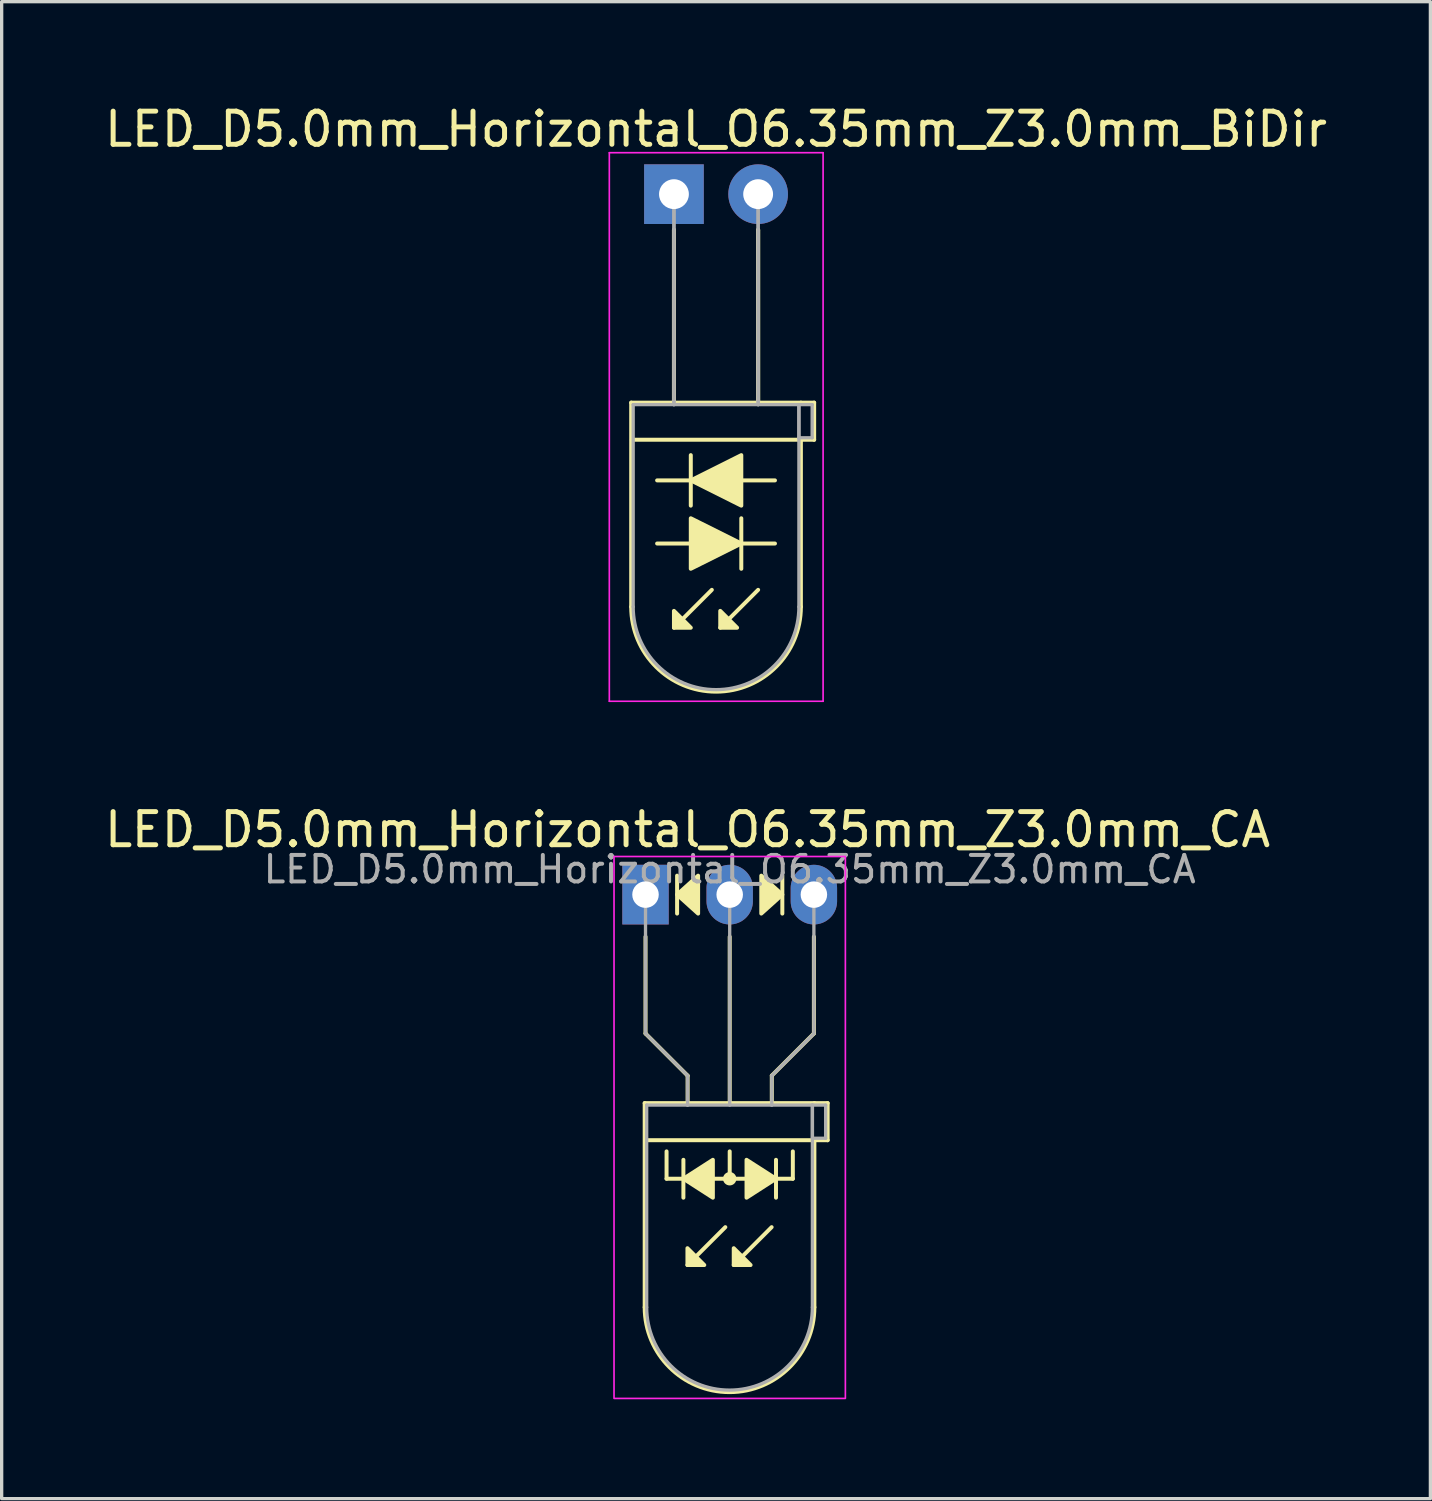
<source format=kicad_pcb>
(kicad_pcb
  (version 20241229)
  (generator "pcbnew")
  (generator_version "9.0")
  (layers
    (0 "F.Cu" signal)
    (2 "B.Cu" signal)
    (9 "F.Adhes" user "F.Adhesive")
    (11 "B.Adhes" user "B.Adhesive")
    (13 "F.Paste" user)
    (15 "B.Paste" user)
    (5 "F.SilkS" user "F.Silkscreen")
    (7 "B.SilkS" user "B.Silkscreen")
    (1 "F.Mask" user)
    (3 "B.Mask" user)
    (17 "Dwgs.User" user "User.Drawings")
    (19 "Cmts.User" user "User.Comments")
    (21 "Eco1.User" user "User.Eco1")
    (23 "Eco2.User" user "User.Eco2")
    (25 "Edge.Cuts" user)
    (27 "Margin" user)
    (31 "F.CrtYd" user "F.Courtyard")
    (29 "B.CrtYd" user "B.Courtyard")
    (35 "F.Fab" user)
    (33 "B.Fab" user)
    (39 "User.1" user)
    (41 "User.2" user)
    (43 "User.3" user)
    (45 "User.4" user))
  (footprint "LED_D5.0mm_Horizontal_O6.35mm_Z3.0mm_BiDir"
    (layer "F.Cu")
    (at 17.284 2.808)
    (property "Reference" "LED_D5.0mm_Horizontal_O6.35mm_Z3.0mm_BiDir" (at 1.27 -1.96 0) (layer "F.SilkS") (effects (font (size 1 1) (thickness 0.15))))
    (fp_line (start -1.29 6.29) (end -1.29 12.45) (stroke (width 0.12) (type solid)) (layer "F.SilkS"))
    (fp_line (start -1.29 6.29) (end 3.83 6.29) (stroke (width 0.12) (type solid)) (layer "F.SilkS"))
    (fp_line (start -0.508 10.541) (end 0.508 10.541) (stroke (width 0.12) (type solid)) (layer "F.SilkS"))
    (fp_line (start 0 1.08) (end 0 1.08) (stroke (width 0.12) (type solid)) (layer "F.SilkS"))
    (fp_line (start 0 1.08) (end 0 6.29) (stroke (width 0.12) (type solid)) (layer "F.SilkS"))
    (fp_line (start 0 6.29) (end 0 1.08) (stroke (width 0.12) (type solid)) (layer "F.SilkS"))
    (fp_line (start 0 6.29) (end 0 6.29) (stroke (width 0.12) (type solid)) (layer "F.SilkS"))
    (fp_line (start 0.508 7.874) (end 0.508 9.398) (stroke (width 0.12) (type solid)) (layer "F.SilkS"))
    (fp_line (start 0.508 8.636) (end -0.508 8.636) (stroke (width 0.12) (type solid)) (layer "F.SilkS"))
    (fp_line (start 1.143 11.938) (end 0 13.081) (stroke (width 0.12) (type solid)) (layer "F.SilkS"))
    (fp_line (start 2.032 10.541) (end 3.048 10.541) (stroke (width 0.12) (type solid)) (layer "F.SilkS"))
    (fp_line (start 2.032 11.303) (end 2.032 9.779) (stroke (width 0.12) (type solid)) (layer "F.SilkS"))
    (fp_line (start 2.54 1.08) (end 2.54 1.08) (stroke (width 0.12) (type solid)) (layer "F.SilkS"))
    (fp_line (start 2.54 1.08) (end 2.54 6.29) (stroke (width 0.12) (type solid)) (layer "F.SilkS"))
    (fp_line (start 2.54 6.29) (end 2.54 1.08) (stroke (width 0.12) (type solid)) (layer "F.SilkS"))
    (fp_line (start 2.54 6.29) (end 2.54 6.29) (stroke (width 0.12) (type solid)) (layer "F.SilkS"))
    (fp_line (start 2.54 11.938) (end 1.397 13.081) (stroke (width 0.12) (type solid)) (layer "F.SilkS"))
    (fp_line (start 3.048 8.636) (end 2.032 8.636) (stroke (width 0.12) (type solid)) (layer "F.SilkS"))
    (fp_line (start 3.83 6.29) (end 4.23 6.29) (stroke (width 0.12) (type solid)) (layer "F.SilkS"))
    (fp_line (start 3.83 7.41) (end 3.83 12.45) (stroke (width 0.12) (type solid)) (layer "F.SilkS"))
    (fp_line (start 4.23 6.29) (end 4.23 7.41) (stroke (width 0.12) (type solid)) (layer "F.SilkS"))
    (fp_line (start 4.23 7.41) (end -1.27 7.41) (stroke (width 0.12) (type solid)) (layer "F.SilkS"))
    (fp_arc (start 3.83 12.45) (mid 1.27 15.01) (end -1.29 12.45) (stroke (width 0.12) (type solid)) (layer "F.SilkS"))
    (fp_poly (pts (xy 0 12.573) (xy 0.508 13.081) (xy 0 13.081)) (stroke (width 0.12) (type solid)) (fill yes) (layer "F.SilkS"))
    (fp_poly (pts (xy 0.508 9.779) (xy 2.032 10.541) (xy 0.508 11.303)) (stroke (width 0.12) (type solid)) (fill yes) (layer "F.SilkS"))
    (fp_poly (pts (xy 1.397 12.573) (xy 1.905 13.081) (xy 1.397 13.081)) (stroke (width 0.12) (type solid)) (fill yes) (layer "F.SilkS"))
    (fp_poly (pts (xy 2.032 9.398) (xy 0.508 8.636) (xy 2.032 7.874)) (stroke (width 0.12) (type solid)) (fill yes) (layer "F.SilkS"))
    (fp_line (start -1.95 -1.25) (end -1.95 15.3) (stroke (width 0.05) (type solid)) (layer "F.CrtYd"))
    (fp_line (start -1.95 15.3) (end 4.5 15.3) (stroke (width 0.05) (type solid)) (layer "F.CrtYd"))
    (fp_line (start 4.5 -1.25) (end -1.95 -1.25) (stroke (width 0.05) (type solid)) (layer "F.CrtYd"))
    (fp_line (start 4.5 15.3) (end 4.5 -1.25) (stroke (width 0.05) (type solid)) (layer "F.CrtYd"))
    (fp_line (start -1.23 6.35) (end -1.23 12.45) (stroke (width 0.1) (type solid)) (layer "F.Fab"))
    (fp_line (start -1.23 6.35) (end 3.77 6.35) (stroke (width 0.1) (type solid)) (layer "F.Fab"))
    (fp_line (start 0 0) (end 0 0) (stroke (width 0.1) (type solid)) (layer "F.Fab"))
    (fp_line (start 0 0) (end 0 6.35) (stroke (width 0.1) (type solid)) (layer "F.Fab"))
    (fp_line (start 0 6.35) (end 0 0) (stroke (width 0.1) (type solid)) (layer "F.Fab"))
    (fp_line (start 0 6.35) (end 0 6.35) (stroke (width 0.1) (type solid)) (layer "F.Fab"))
    (fp_line (start 2.54 0) (end 2.54 0) (stroke (width 0.1) (type solid)) (layer "F.Fab"))
    (fp_line (start 2.54 0) (end 2.54 6.35) (stroke (width 0.1) (type solid)) (layer "F.Fab"))
    (fp_line (start 2.54 6.35) (end 2.54 0) (stroke (width 0.1) (type solid)) (layer "F.Fab"))
    (fp_line (start 2.54 6.35) (end 2.54 6.35) (stroke (width 0.1) (type solid)) (layer "F.Fab"))
    (fp_line (start 3.77 6.35) (end 3.77 12.45) (stroke (width 0.1) (type solid)) (layer "F.Fab"))
    (fp_line (start 3.77 6.35) (end 4.17 6.35) (stroke (width 0.1) (type solid)) (layer "F.Fab"))
    (fp_line (start 3.77 7.35) (end 3.77 6.35) (stroke (width 0.1) (type solid)) (layer "F.Fab"))
    (fp_line (start 4.17 6.35) (end 4.17 7.35) (stroke (width 0.1) (type solid)) (layer "F.Fab"))
    (fp_line (start 4.17 7.35) (end 3.77 7.35) (stroke (width 0.1) (type solid)) (layer "F.Fab"))
    (fp_arc (start 3.77 12.45) (mid 1.27 14.95) (end -1.23 12.45) (stroke (width 0.1) (type solid)) (layer "F.Fab"))
    (pad "1" thru_hole rect (at 0 0) (size 1.8 1.8) (drill 0.9) (layers "*.Cu" "*.Mask"))
    (pad "2" thru_hole circle (at 2.54 0) (size 1.8 1.8) (drill 0.9) (layers "*.Cu" "*.Mask")))
  (footprint "LED_D5.0mm_Horizontal_O6.35mm_Z3.0mm_CA"
    (layer "F.Cu")
    (at 16.426 23.942)
    (property "Reference" "LED_D5.0mm_Horizontal_O6.35mm_Z3.0mm_CA" (at 1.27 -1.96 0) (layer "F.SilkS") (effects (font (size 1 1) (thickness 0.15))))
    (fp_line (start -0.025 6.29) (end -0.025 12.45) (stroke (width 0.12) (type solid)) (layer "F.SilkS"))
    (fp_line (start -0.025 6.29) (end 5.095 6.29) (stroke (width 0.12) (type solid)) (layer "F.SilkS"))
    (fp_line (start 0 1.27) (end 0 4.191) (stroke (width 0.12) (type default)) (layer "F.SilkS"))
    (fp_line (start 0 4.191) (end 1.27 5.461) (stroke (width 0.12) (type default)) (layer "F.SilkS"))
    (fp_line (start 0.635 8.572) (end 0.635 7.747) (stroke (width 0.12) (type default)) (layer "F.SilkS"))
    (fp_line (start 0.635 8.572) (end 4.445 8.572) (stroke (width 0.12) (type default)) (layer "F.SilkS"))
    (fp_line (start 0.953 -0.572) (end 0.953 0.572) (stroke (width 0.12) (type solid)) (layer "F.SilkS"))
    (fp_line (start 1.143 8.001) (end 1.143 9.144) (stroke (width 0.12) (type solid)) (layer "F.SilkS"))
    (fp_line (start 1.265 6.29) (end 1.265 6.29) (stroke (width 0.12) (type solid)) (layer "F.SilkS"))
    (fp_line (start 1.27 5.461) (end 1.27 6.29) (stroke (width 0.12) (type default)) (layer "F.SilkS"))
    (fp_line (start 2.408 10.033) (end 1.265 11.176) (stroke (width 0.12) (type solid)) (layer "F.SilkS"))
    (fp_line (start 2.54 6.29) (end 2.54 1.27) (stroke (width 0.12) (type default)) (layer "F.SilkS"))
    (fp_line (start 2.54 8.572) (end 2.54 7.747) (stroke (width 0.12) (type default)) (layer "F.SilkS"))
    (fp_line (start 3.805 6.29) (end 3.805 6.29) (stroke (width 0.12) (type solid)) (layer "F.SilkS"))
    (fp_line (start 3.805 10.033) (end 2.662 11.176) (stroke (width 0.12) (type solid)) (layer "F.SilkS"))
    (fp_line (start 3.81 5.461) (end 3.81 6.29) (stroke (width 0.12) (type default)) (layer "F.SilkS"))
    (fp_line (start 3.937 9.144) (end 3.937 8.001) (stroke (width 0.12) (type solid)) (layer "F.SilkS"))
    (fp_line (start 4.128 0.572) (end 4.128 -0.572) (stroke (width 0.12) (type solid)) (layer "F.SilkS"))
    (fp_line (start 4.445 8.572) (end 4.445 7.747) (stroke (width 0.12) (type default)) (layer "F.SilkS"))
    (fp_line (start 5.08 1.27) (end 5.08 4.191) (stroke (width 0.12) (type default)) (layer "F.SilkS"))
    (fp_line (start 5.08 4.191) (end 3.81 5.461) (stroke (width 0.12) (type default)) (layer "F.SilkS"))
    (fp_line (start 5.095 6.29) (end 5.495 6.29) (stroke (width 0.12) (type solid)) (layer "F.SilkS"))
    (fp_line (start 5.095 7.41) (end 5.095 12.45) (stroke (width 0.12) (type solid)) (layer "F.SilkS"))
    (fp_line (start 5.495 6.29) (end 5.495 7.41) (stroke (width 0.12) (type solid)) (layer "F.SilkS"))
    (fp_line (start 5.495 7.41) (end -0.005 7.41) (stroke (width 0.12) (type solid)) (layer "F.SilkS"))
    (fp_arc (start 5.095 12.45) (mid 2.535 15.01) (end -0.025 12.45) (stroke (width 0.12) (type solid)) (layer "F.SilkS"))
    (fp_circle (center 2.54 8.572) (end 2.682 8.572) (stroke (width 0.12) (type solid)) (fill yes) (layer "F.SilkS"))
    (fp_poly (pts (xy 1.265 10.668) (xy 1.773 11.176) (xy 1.265 11.176)) (stroke (width 0.12) (type solid)) (fill yes) (layer "F.SilkS"))
    (fp_poly (pts (xy 1.587 0.572) (xy 0.953 0) (xy 1.587 -0.572)) (stroke (width 0.12) (type solid)) (fill yes) (layer "F.SilkS"))
    (fp_poly (pts (xy 2.032 9.144) (xy 1.143 8.572) (xy 2.032 8.001)) (stroke (width 0.12) (type solid)) (fill yes) (layer "F.SilkS"))
    (fp_poly (pts (xy 2.662 10.668) (xy 3.17 11.176) (xy 2.662 11.176)) (stroke (width 0.12) (type solid)) (fill yes) (layer "F.SilkS"))
    (fp_poly (pts (xy 3.048 8.001) (xy 3.937 8.572) (xy 3.048 9.144)) (stroke (width 0.12) (type solid)) (fill yes) (layer "F.SilkS"))
    (fp_poly (pts (xy 3.493 -0.572) (xy 4.128 0) (xy 3.493 0.572)) (stroke (width 0.12) (type solid)) (fill yes) (layer "F.SilkS"))
    (fp_rect (start -0.95 -1.15) (end 6.03 15.2) (stroke (width 0.05) (type default)) (fill no) (layer "F.CrtYd"))
    (fp_line (start 0 0) (end 0 0) (stroke (width 0.1) (type solid)) (layer "F.Fab"))
    (fp_line (start 0 4.191) (end 0 0) (stroke (width 0.1) (type default)) (layer "F.Fab"))
    (fp_line (start 0.035 6.35) (end 0.035 12.45) (stroke (width 0.1) (type solid)) (layer "F.Fab"))
    (fp_line (start 0.035 6.35) (end 5.035 6.35) (stroke (width 0.1) (type solid)) (layer "F.Fab"))
    (fp_line (start 1.265 6.35) (end 1.265 6.35) (stroke (width 0.1) (type solid)) (layer "F.Fab"))
    (fp_line (start 1.27 5.461) (end 0 4.191) (stroke (width 0.1) (type default)) (layer "F.Fab"))
    (fp_line (start 1.27 5.461) (end 1.27 6.35) (stroke (width 0.1) (type default)) (layer "F.Fab"))
    (fp_line (start 2.54 0) (end 2.54 0) (stroke (width 0.1) (type solid)) (layer "F.Fab"))
    (fp_line (start 2.54 0) (end 2.54 6.35) (stroke (width 0.1) (type default)) (layer "F.Fab"))
    (fp_line (start 3.805 6.35) (end 3.805 6.35) (stroke (width 0.1) (type solid)) (layer "F.Fab"))
    (fp_line (start 3.81 5.461) (end 3.81 6.35) (stroke (width 0.1) (type default)) (layer "F.Fab"))
    (fp_line (start 3.81 5.461) (end 5.08 4.191) (stroke (width 0.1) (type default)) (layer "F.Fab"))
    (fp_line (start 5.035 6.35) (end 5.035 12.45) (stroke (width 0.1) (type solid)) (layer "F.Fab"))
    (fp_line (start 5.035 6.35) (end 5.435 6.35) (stroke (width 0.1) (type solid)) (layer "F.Fab"))
    (fp_line (start 5.035 7.35) (end 5.035 6.35) (stroke (width 0.1) (type solid)) (layer "F.Fab"))
    (fp_line (start 5.08 4.191) (end 5.08 0) (stroke (width 0.1) (type default)) (layer "F.Fab"))
    (fp_line (start 5.435 6.35) (end 5.435 7.35) (stroke (width 0.1) (type solid)) (layer "F.Fab"))
    (fp_line (start 5.435 7.35) (end 5.035 7.35) (stroke (width 0.1) (type solid)) (layer "F.Fab"))
    (fp_arc (start 5.035 12.45) (mid 2.535 14.95) (end 0.035 12.45) (stroke (width 0.1) (type solid)) (layer "F.Fab"))
    (fp_text user "${REFERENCE}" (at 2.54 -0.762 0) (layer "F.Fab") (effects (font (size 0.8 0.8) (thickness 0.12))))
    (pad "1" thru_hole rect (at 0 0) (size 1.4 1.8) (drill 0.8) (layers "*.Cu" "*.Mask"))
    (pad "2" thru_hole oval (at 2.54 0) (size 1.4 1.8) (drill 0.8) (layers "*.Cu" "*.Mask"))
    (pad "3" thru_hole oval (at 5.08 0) (size 1.4 1.8) (drill 0.8) (layers "*.Cu" "*.Mask")))
  (gr_rect
    (start -3 -3)
    (end 40.107 42.166)
    (stroke (width 0.1) (type default))
    (fill no)
    (layer "Edge.Cuts")))
</source>
